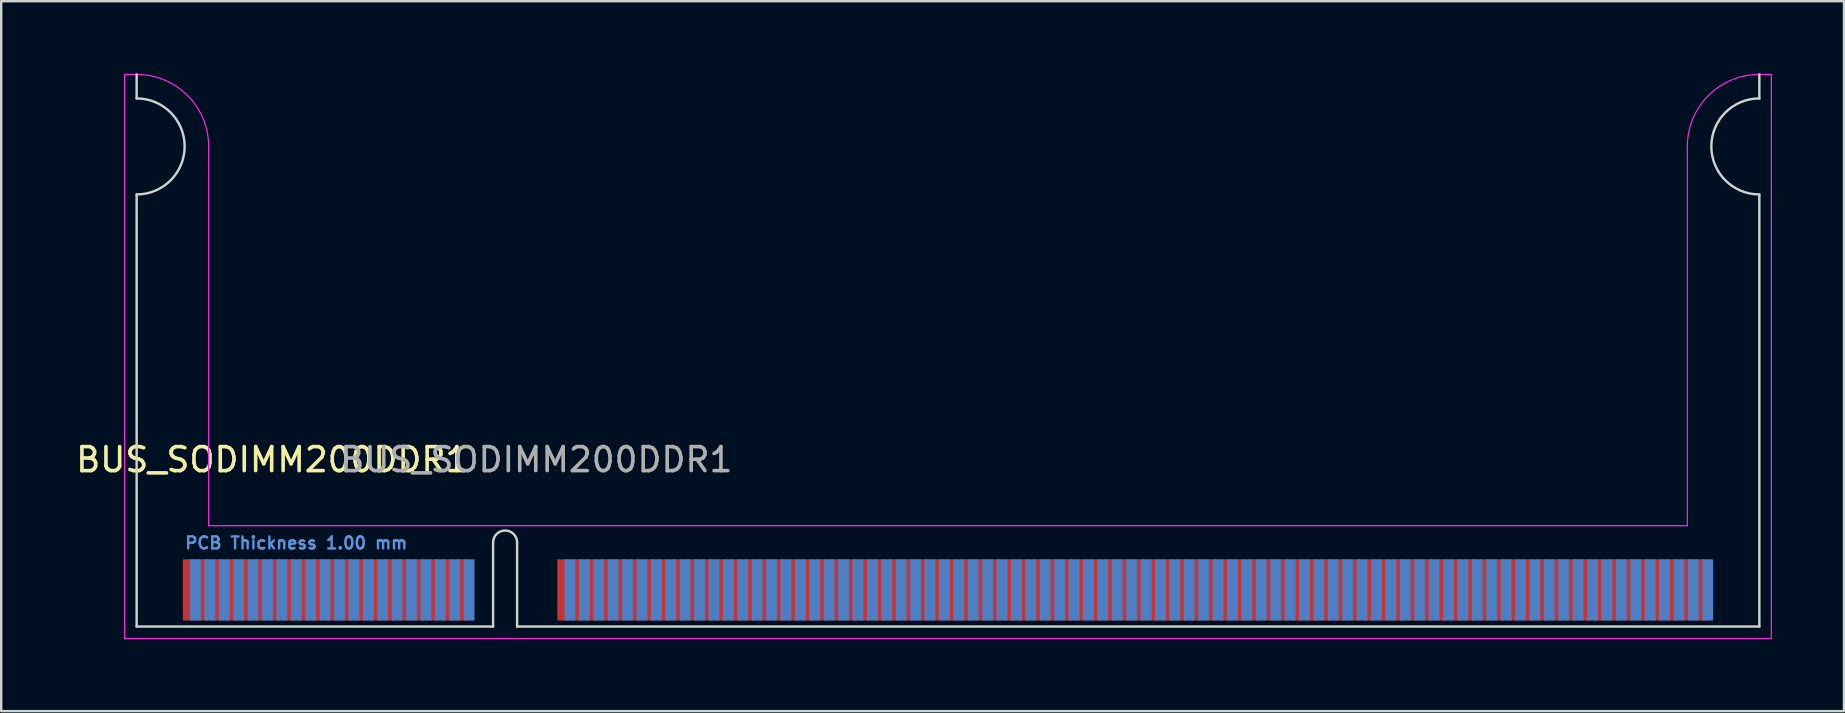
<source format=kicad_pcb>
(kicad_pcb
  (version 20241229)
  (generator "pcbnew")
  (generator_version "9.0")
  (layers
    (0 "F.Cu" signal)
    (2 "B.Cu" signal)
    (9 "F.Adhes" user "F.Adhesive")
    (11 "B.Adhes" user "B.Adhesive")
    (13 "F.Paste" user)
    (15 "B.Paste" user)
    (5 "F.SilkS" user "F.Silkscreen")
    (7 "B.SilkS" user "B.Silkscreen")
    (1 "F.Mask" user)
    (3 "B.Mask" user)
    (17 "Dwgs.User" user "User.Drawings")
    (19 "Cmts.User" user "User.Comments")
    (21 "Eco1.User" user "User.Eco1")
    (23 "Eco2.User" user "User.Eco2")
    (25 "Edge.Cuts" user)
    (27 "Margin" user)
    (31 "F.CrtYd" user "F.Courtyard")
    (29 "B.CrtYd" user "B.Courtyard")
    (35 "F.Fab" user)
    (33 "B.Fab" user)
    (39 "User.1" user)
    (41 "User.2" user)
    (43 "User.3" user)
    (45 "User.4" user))
  (footprint "BUS_SODIMM200DDR1"
    (layer "F.Cu")
    (at 2.642 23.05)
    (property "Reference" "BUS_SODIMM200DDR1" (at 5.65 -6.95 0) (layer "F.SilkS") (effects (font (size 1 1) (thickness 0.15))))
    (attr exclude_from_pos_files exclude_from_bom)
    (fp_line (start 0 -22) (end 0 -23) (stroke (width 0.1) (type solid)) (layer "Edge.Cuts"))
    (fp_line (start 0 -18) (end 0 0) (stroke (width 0.1) (type solid)) (layer "Edge.Cuts"))
    (fp_line (start 0 0) (end 14.85 0) (stroke (width 0.1) (type solid)) (layer "Edge.Cuts"))
    (fp_line (start 14.85 -3.5) (end 14.85 0) (stroke (width 0.1) (type solid)) (layer "Edge.Cuts"))
    (fp_line (start 15.85 -3.5) (end 15.85 0) (stroke (width 0.1) (type solid)) (layer "Edge.Cuts"))
    (fp_line (start 15.85 0) (end 67.6 0) (stroke (width 0.1) (type solid)) (layer "Edge.Cuts"))
    (fp_line (start 67.6 -22) (end 67.6 -23) (stroke (width 0.1) (type solid)) (layer "Edge.Cuts"))
    (fp_line (start 67.6 -18) (end 67.6 0) (stroke (width 0.1) (type solid)) (layer "Edge.Cuts"))
    (fp_arc (start 0 -22) (mid 2 -20) (end 0 -18) (stroke (width 0.1) (type solid)) (layer "Edge.Cuts"))
    (fp_arc (start 14.85 -3.5) (mid 15.35 -4) (end 15.85 -3.5) (stroke (width 0.1) (type solid)) (layer "Edge.Cuts"))
    (fp_arc (start 67.6 -18) (mid 65.6 -20) (end 67.6 -22) (stroke (width 0.1) (type solid)) (layer "Edge.Cuts"))
    (fp_line (start -0.5 -23) (end -0.5 0.5) (stroke (width 0.05) (type solid)) (layer "F.CrtYd"))
    (fp_line (start -0.5 -23) (end 0 -23) (stroke (width 0.05) (type solid)) (layer "F.CrtYd"))
    (fp_line (start 3 -20) (end 3 -4.2) (stroke (width 0.05) (type solid)) (layer "F.CrtYd"))
    (fp_line (start 3 -4.2) (end 64.6 -4.2) (stroke (width 0.05) (type solid)) (layer "F.CrtYd"))
    (fp_line (start 64.6 -20) (end 64.6 -4.2) (stroke (width 0.05) (type solid)) (layer "F.CrtYd"))
    (fp_line (start 68.1 -23) (end 67.6 -23) (stroke (width 0.05) (type solid)) (layer "F.CrtYd"))
    (fp_line (start 68.1 0.5) (end -0.5 0.5) (stroke (width 0.05) (type solid)) (layer "F.CrtYd"))
    (fp_line (start 68.1 0.5) (end 68.1 -23) (stroke (width 0.05) (type solid)) (layer "F.CrtYd"))
    (fp_arc (start 0 -23) (mid 2.12132 -22.12132) (end 3 -20) (stroke (width 0.05) (type solid)) (layer "F.CrtYd"))
    (fp_arc (start 64.6 -20) (mid 65.47868 -22.12132) (end 67.6 -23) (stroke (width 0.05) (type solid)) (layer "F.CrtYd"))
    (fp_text user "PCB Thickness 1.00 mm" (at 6.65 -3.48 180) (layer "Cmts.User") (effects (font (size 0.5 0.5) (thickness 0.1))))
    (fp_text user "${REFERENCE}" (at 16.65 -6.95 0) (layer "F.Fab") (effects (font (size 1 1) (thickness 0.15))))
    (pad "1" connect rect (at 2.15 -1.525) (size 0.45 2.55) (layers "F.Cu" "F.Mask"))
    (pad "2" connect rect (at 2.45 -1.525) (size 0.45 2.55) (layers "B.Cu" "B.Mask"))
    (pad "3" connect rect (at 2.75 -1.525) (size 0.45 2.55) (layers "F.Cu" "F.Mask"))
    (pad "4" connect rect (at 3.05 -1.525) (size 0.45 2.55) (layers "B.Cu" "B.Mask"))
    (pad "5" connect rect (at 3.35 -1.525) (size 0.45 2.55) (layers "F.Cu" "F.Mask"))
    (pad "6" connect rect (at 3.65 -1.525) (size 0.45 2.55) (layers "B.Cu" "B.Mask"))
    (pad "7" connect rect (at 3.95 -1.525) (size 0.45 2.55) (layers "F.Cu" "F.Mask"))
    (pad "8" connect rect (at 4.25 -1.525) (size 0.45 2.55) (layers "B.Cu" "B.Mask"))
    (pad "9" connect rect (at 4.55 -1.525) (size 0.45 2.55) (layers "F.Cu" "F.Mask"))
    (pad "10" connect rect (at 4.85 -1.525) (size 0.45 2.55) (layers "B.Cu" "B.Mask"))
    (pad "11" connect rect (at 5.15 -1.525) (size 0.45 2.55) (layers "F.Cu" "F.Mask"))
    (pad "12" connect rect (at 5.45 -1.525) (size 0.45 2.55) (layers "B.Cu" "B.Mask"))
    (pad "13" connect rect (at 5.75 -1.525) (size 0.45 2.55) (layers "F.Cu" "F.Mask"))
    (pad "14" connect rect (at 6.05 -1.525) (size 0.45 2.55) (layers "B.Cu" "B.Mask"))
    (pad "15" connect rect (at 6.35 -1.525) (size 0.45 2.55) (layers "F.Cu" "F.Mask"))
    (pad "16" connect rect (at 6.65 -1.525) (size 0.45 2.55) (layers "B.Cu" "B.Mask"))
    (pad "17" connect rect (at 6.95 -1.525) (size 0.45 2.55) (layers "F.Cu" "F.Mask"))
    (pad "18" connect rect (at 7.25 -1.525) (size 0.45 2.55) (layers "B.Cu" "B.Mask"))
    (pad "19" connect rect (at 7.55 -1.525) (size 0.45 2.55) (layers "F.Cu" "F.Mask"))
    (pad "20" connect rect (at 7.85 -1.525) (size 0.45 2.55) (layers "B.Cu" "B.Mask"))
    (pad "21" connect rect (at 8.15 -1.525) (size 0.45 2.55) (layers "F.Cu" "F.Mask"))
    (pad "22" connect rect (at 8.45 -1.525) (size 0.45 2.55) (layers "B.Cu" "B.Mask"))
    (pad "23" connect rect (at 8.75 -1.525) (size 0.45 2.55) (layers "F.Cu" "F.Mask"))
    (pad "24" connect rect (at 9.05 -1.525) (size 0.45 2.55) (layers "B.Cu" "B.Mask"))
    (pad "25" connect rect (at 9.35 -1.525) (size 0.45 2.55) (layers "F.Cu" "F.Mask"))
    (pad "26" connect rect (at 9.65 -1.525) (size 0.45 2.55) (layers "B.Cu" "B.Mask"))
    (pad "27" connect rect (at 9.95 -1.525) (size 0.45 2.55) (layers "F.Cu" "F.Mask"))
    (pad "28" connect rect (at 10.25 -1.525) (size 0.45 2.55) (layers "B.Cu" "B.Mask"))
    (pad "29" connect rect (at 10.55 -1.525) (size 0.45 2.55) (layers "F.Cu" "F.Mask"))
    (pad "30" connect rect (at 10.85 -1.525) (size 0.45 2.55) (layers "B.Cu" "B.Mask"))
    (pad "31" connect rect (at 11.15 -1.525) (size 0.45 2.55) (layers "F.Cu" "F.Mask"))
    (pad "32" connect rect (at 11.45 -1.525) (size 0.45 2.55) (layers "B.Cu" "B.Mask"))
    (pad "33" connect rect (at 11.75 -1.525) (size 0.45 2.55) (layers "F.Cu" "F.Mask"))
    (pad "34" connect rect (at 12.05 -1.525) (size 0.45 2.55) (layers "B.Cu" "B.Mask"))
    (pad "35" connect rect (at 12.35 -1.525) (size 0.45 2.55) (layers "F.Cu" "F.Mask"))
    (pad "36" connect rect (at 12.65 -1.525) (size 0.45 2.55) (layers "B.Cu" "B.Mask"))
    (pad "37" connect rect (at 12.95 -1.525) (size 0.45 2.55) (layers "F.Cu" "F.Mask"))
    (pad "38" connect rect (at 13.25 -1.525) (size 0.45 2.55) (layers "B.Cu" "B.Mask"))
    (pad "39" connect rect (at 13.55 -1.525) (size 0.45 2.55) (layers "F.Cu" "F.Mask"))
    (pad "40" connect rect (at 13.85 -1.525) (size 0.45 2.55) (layers "B.Cu" "B.Mask"))
    (pad "41" connect rect (at 17.75 -1.525) (size 0.45 2.55) (layers "F.Cu" "F.Mask"))
    (pad "42" connect rect (at 18.05 -1.525) (size 0.45 2.55) (layers "B.Cu" "B.Mask"))
    (pad "43" connect rect (at 18.35 -1.525) (size 0.45 2.55) (layers "F.Cu" "F.Mask"))
    (pad "44" connect rect (at 18.65 -1.525) (size 0.45 2.55) (layers "B.Cu" "B.Mask"))
    (pad "45" connect rect (at 18.95 -1.525) (size 0.45 2.55) (layers "F.Cu" "F.Mask"))
    (pad "46" connect rect (at 19.25 -1.525) (size 0.45 2.55) (layers "B.Cu" "B.Mask"))
    (pad "47" connect rect (at 19.55 -1.525) (size 0.45 2.55) (layers "F.Cu" "F.Mask"))
    (pad "48" connect rect (at 19.85 -1.525) (size 0.45 2.55) (layers "B.Cu" "B.Mask"))
    (pad "49" connect rect (at 20.15 -1.525) (size 0.45 2.55) (layers "F.Cu" "F.Mask"))
    (pad "50" connect rect (at 20.45 -1.525) (size 0.45 2.55) (layers "B.Cu" "B.Mask"))
    (pad "51" connect rect (at 20.75 -1.525) (size 0.45 2.55) (layers "F.Cu" "F.Mask"))
    (pad "52" connect rect (at 21.05 -1.525) (size 0.45 2.55) (layers "B.Cu" "B.Mask"))
    (pad "53" connect rect (at 21.35 -1.525) (size 0.45 2.55) (layers "F.Cu" "F.Mask"))
    (pad "54" connect rect (at 21.65 -1.525) (size 0.45 2.55) (layers "B.Cu" "B.Mask"))
    (pad "55" connect rect (at 21.95 -1.525) (size 0.45 2.55) (layers "F.Cu" "F.Mask"))
    (pad "56" connect rect (at 22.25 -1.525) (size 0.45 2.55) (layers "B.Cu" "B.Mask"))
    (pad "57" connect rect (at 22.55 -1.525) (size 0.45 2.55) (layers "F.Cu" "F.Mask"))
    (pad "58" connect rect (at 22.85 -1.525) (size 0.45 2.55) (layers "B.Cu" "B.Mask"))
    (pad "59" connect rect (at 23.15 -1.525) (size 0.45 2.55) (layers "F.Cu" "F.Mask"))
    (pad "60" connect rect (at 23.45 -1.525) (size 0.45 2.55) (layers "B.Cu" "B.Mask"))
    (pad "61" connect rect (at 23.75 -1.525) (size 0.45 2.55) (layers "F.Cu" "F.Mask"))
    (pad "62" connect rect (at 24.05 -1.525) (size 0.45 2.55) (layers "B.Cu" "B.Mask"))
    (pad "63" connect rect (at 24.35 -1.525) (size 0.45 2.55) (layers "F.Cu" "F.Mask"))
    (pad "64" connect rect (at 24.65 -1.525) (size 0.45 2.55) (layers "B.Cu" "B.Mask"))
    (pad "65" connect rect (at 24.95 -1.525) (size 0.45 2.55) (layers "F.Cu" "F.Mask"))
    (pad "66" connect rect (at 25.25 -1.525) (size 0.45 2.55) (layers "B.Cu" "B.Mask"))
    (pad "67" connect rect (at 25.55 -1.525) (size 0.45 2.55) (layers "F.Cu" "F.Mask"))
    (pad "68" connect rect (at 25.85 -1.525) (size 0.45 2.55) (layers "B.Cu" "B.Mask"))
    (pad "69" connect rect (at 26.15 -1.525) (size 0.45 2.55) (layers "F.Cu" "F.Mask"))
    (pad "70" connect rect (at 26.45 -1.525) (size 0.45 2.55) (layers "B.Cu" "B.Mask"))
    (pad "71" connect rect (at 26.75 -1.525) (size 0.45 2.55) (layers "F.Cu" "F.Mask"))
    (pad "72" connect rect (at 27.05 -1.525) (size 0.45 2.55) (layers "B.Cu" "B.Mask"))
    (pad "73" connect rect (at 27.35 -1.525) (size 0.45 2.55) (layers "F.Cu" "F.Mask"))
    (pad "74" connect rect (at 27.65 -1.525) (size 0.45 2.55) (layers "B.Cu" "B.Mask"))
    (pad "75" connect rect (at 27.95 -1.525) (size 0.45 2.55) (layers "F.Cu" "F.Mask"))
    (pad "76" connect rect (at 28.25 -1.525) (size 0.45 2.55) (layers "B.Cu" "B.Mask"))
    (pad "77" connect rect (at 28.55 -1.525) (size 0.45 2.55) (layers "F.Cu" "F.Mask"))
    (pad "78" connect rect (at 28.85 -1.525) (size 0.45 2.55) (layers "B.Cu" "B.Mask"))
    (pad "79" connect rect (at 29.15 -1.525) (size 0.45 2.55) (layers "F.Cu" "F.Mask"))
    (pad "80" connect rect (at 29.45 -1.525) (size 0.45 2.55) (layers "B.Cu" "B.Mask"))
    (pad "81" connect rect (at 29.75 -1.525) (size 0.45 2.55) (layers "F.Cu" "F.Mask"))
    (pad "82" connect rect (at 30.05 -1.525) (size 0.45 2.55) (layers "B.Cu" "B.Mask"))
    (pad "83" connect rect (at 30.35 -1.525) (size 0.45 2.55) (layers "F.Cu" "F.Mask"))
    (pad "84" connect rect (at 30.65 -1.525) (size 0.45 2.55) (layers "B.Cu" "B.Mask"))
    (pad "85" connect rect (at 30.95 -1.525) (size 0.45 2.55) (layers "F.Cu" "F.Mask"))
    (pad "86" connect rect (at 31.25 -1.525) (size 0.45 2.55) (layers "B.Cu" "B.Mask"))
    (pad "87" connect rect (at 31.55 -1.525) (size 0.45 2.55) (layers "F.Cu" "F.Mask"))
    (pad "88" connect rect (at 31.85 -1.525) (size 0.45 2.55) (layers "B.Cu" "B.Mask"))
    (pad "89" connect rect (at 32.15 -1.525) (size 0.45 2.55) (layers "F.Cu" "F.Mask"))
    (pad "90" connect rect (at 32.45 -1.525) (size 0.45 2.55) (layers "B.Cu" "B.Mask"))
    (pad "91" connect rect (at 32.75 -1.525) (size 0.45 2.55) (layers "F.Cu" "F.Mask"))
    (pad "92" connect rect (at 33.05 -1.525) (size 0.45 2.55) (layers "B.Cu" "B.Mask"))
    (pad "93" connect rect (at 33.35 -1.525) (size 0.45 2.55) (layers "F.Cu" "F.Mask"))
    (pad "94" connect rect (at 33.65 -1.525) (size 0.45 2.55) (layers "B.Cu" "B.Mask"))
    (pad "95" connect rect (at 33.95 -1.525) (size 0.45 2.55) (layers "F.Cu" "F.Mask"))
    (pad "96" connect rect (at 34.25 -1.525) (size 0.45 2.55) (layers "B.Cu" "B.Mask"))
    (pad "97" connect rect (at 34.55 -1.525) (size 0.45 2.55) (layers "F.Cu" "F.Mask"))
    (pad "98" connect rect (at 34.85 -1.525) (size 0.45 2.55) (layers "B.Cu" "B.Mask"))
    (pad "99" connect rect (at 35.15 -1.525) (size 0.45 2.55) (layers "F.Cu" "F.Mask"))
    (pad "100" connect rect (at 35.45 -1.525) (size 0.45 2.55) (layers "B.Cu" "B.Mask"))
    (pad "101" connect rect (at 35.75 -1.525) (size 0.45 2.55) (layers "F.Cu" "F.Mask"))
    (pad "102" connect rect (at 36.05 -1.525) (size 0.45 2.55) (layers "B.Cu" "B.Mask"))
    (pad "103" connect rect (at 36.35 -1.525) (size 0.45 2.55) (layers "F.Cu" "F.Mask"))
    (pad "104" connect rect (at 36.65 -1.525) (size 0.45 2.55) (layers "B.Cu" "B.Mask"))
    (pad "105" connect rect (at 36.95 -1.525) (size 0.45 2.55) (layers "F.Cu" "F.Mask"))
    (pad "106" connect rect (at 37.25 -1.525) (size 0.45 2.55) (layers "B.Cu" "B.Mask"))
    (pad "107" connect rect (at 37.55 -1.525) (size 0.45 2.55) (layers "F.Cu" "F.Mask"))
    (pad "108" connect rect (at 37.85 -1.525) (size 0.45 2.55) (layers "B.Cu" "B.Mask"))
    (pad "109" connect rect (at 38.15 -1.525) (size 0.45 2.55) (layers "F.Cu" "F.Mask"))
    (pad "110" connect rect (at 38.45 -1.525) (size 0.45 2.55) (layers "B.Cu" "B.Mask"))
    (pad "111" connect rect (at 38.75 -1.525) (size 0.45 2.55) (layers "F.Cu" "F.Mask"))
    (pad "112" connect rect (at 39.05 -1.525) (size 0.45 2.55) (layers "B.Cu" "B.Mask"))
    (pad "113" connect rect (at 39.35 -1.525) (size 0.45 2.55) (layers "F.Cu" "F.Mask"))
    (pad "114" connect rect (at 39.65 -1.525) (size 0.45 2.55) (layers "B.Cu" "B.Mask"))
    (pad "115" connect rect (at 39.95 -1.525) (size 0.45 2.55) (layers "F.Cu" "F.Mask"))
    (pad "116" connect rect (at 40.25 -1.525) (size 0.45 2.55) (layers "B.Cu" "B.Mask"))
    (pad "117" connect rect (at 40.55 -1.525) (size 0.45 2.55) (layers "F.Cu" "F.Mask"))
    (pad "118" connect rect (at 40.85 -1.525) (size 0.45 2.55) (layers "B.Cu" "B.Mask"))
    (pad "119" connect rect (at 41.15 -1.525) (size 0.45 2.55) (layers "F.Cu" "F.Mask"))
    (pad "120" connect rect (at 41.45 -1.525) (size 0.45 2.55) (layers "B.Cu" "B.Mask"))
    (pad "121" connect rect (at 41.75 -1.525) (size 0.45 2.55) (layers "F.Cu" "F.Mask"))
    (pad "122" connect rect (at 42.05 -1.525) (size 0.45 2.55) (layers "B.Cu" "B.Mask"))
    (pad "123" connect rect (at 42.35 -1.525) (size 0.45 2.55) (layers "F.Cu" "F.Mask"))
    (pad "124" connect rect (at 42.65 -1.525) (size 0.45 2.55) (layers "B.Cu" "B.Mask"))
    (pad "125" connect rect (at 42.95 -1.525) (size 0.45 2.55) (layers "F.Cu" "F.Mask"))
    (pad "126" connect rect (at 43.25 -1.525) (size 0.45 2.55) (layers "B.Cu" "B.Mask"))
    (pad "127" connect rect (at 43.55 -1.525) (size 0.45 2.55) (layers "F.Cu" "F.Mask"))
    (pad "128" connect rect (at 43.85 -1.525) (size 0.45 2.55) (layers "B.Cu" "B.Mask"))
    (pad "129" connect rect (at 44.15 -1.525) (size 0.45 2.55) (layers "F.Cu" "F.Mask"))
    (pad "130" connect rect (at 44.45 -1.525) (size 0.45 2.55) (layers "B.Cu" "B.Mask"))
    (pad "131" connect rect (at 44.75 -1.525) (size 0.45 2.55) (layers "F.Cu" "F.Mask"))
    (pad "132" connect rect (at 45.05 -1.525) (size 0.45 2.55) (layers "B.Cu" "B.Mask"))
    (pad "133" connect rect (at 45.35 -1.525) (size 0.45 2.55) (layers "F.Cu" "F.Mask"))
    (pad "134" connect rect (at 45.65 -1.525) (size 0.45 2.55) (layers "B.Cu" "B.Mask"))
    (pad "135" connect rect (at 45.95 -1.525) (size 0.45 2.55) (layers "F.Cu" "F.Mask"))
    (pad "136" connect rect (at 46.25 -1.525) (size 0.45 2.55) (layers "B.Cu" "B.Mask"))
    (pad "137" connect rect (at 46.55 -1.525) (size 0.45 2.55) (layers "F.Cu" "F.Mask"))
    (pad "138" connect rect (at 46.85 -1.525) (size 0.45 2.55) (layers "B.Cu" "B.Mask"))
    (pad "139" connect rect (at 47.15 -1.525) (size 0.45 2.55) (layers "F.Cu" "F.Mask"))
    (pad "140" connect rect (at 47.45 -1.525) (size 0.45 2.55) (layers "B.Cu" "B.Mask"))
    (pad "141" connect rect (at 47.75 -1.525) (size 0.45 2.55) (layers "F.Cu" "F.Mask"))
    (pad "142" connect rect (at 48.05 -1.525) (size 0.45 2.55) (layers "B.Cu" "B.Mask"))
    (pad "143" connect rect (at 48.35 -1.525) (size 0.45 2.55) (layers "F.Cu" "F.Mask"))
    (pad "144" connect rect (at 48.65 -1.525) (size 0.45 2.55) (layers "B.Cu" "B.Mask"))
    (pad "145" connect rect (at 48.95 -1.525) (size 0.45 2.55) (layers "F.Cu" "F.Mask"))
    (pad "146" connect rect (at 49.25 -1.525) (size 0.45 2.55) (layers "B.Cu" "B.Mask"))
    (pad "147" connect rect (at 49.55 -1.525) (size 0.45 2.55) (layers "F.Cu" "F.Mask"))
    (pad "148" connect rect (at 49.85 -1.525) (size 0.45 2.55) (layers "B.Cu" "B.Mask"))
    (pad "149" connect rect (at 50.15 -1.525) (size 0.45 2.55) (layers "F.Cu" "F.Mask"))
    (pad "150" connect rect (at 50.45 -1.525) (size 0.45 2.55) (layers "B.Cu" "B.Mask"))
    (pad "151" connect rect (at 50.75 -1.525) (size 0.45 2.55) (layers "F.Cu" "F.Mask"))
    (pad "152" connect rect (at 51.05 -1.525) (size 0.45 2.55) (layers "B.Cu" "B.Mask"))
    (pad "153" connect rect (at 51.35 -1.525) (size 0.45 2.55) (layers "F.Cu" "F.Mask"))
    (pad "154" connect rect (at 51.65 -1.525) (size 0.45 2.55) (layers "B.Cu" "B.Mask"))
    (pad "155" connect rect (at 51.95 -1.525) (size 0.45 2.55) (layers "F.Cu" "F.Mask"))
    (pad "156" connect rect (at 52.25 -1.525) (size 0.45 2.55) (layers "B.Cu" "B.Mask"))
    (pad "157" connect rect (at 52.55 -1.525) (size 0.45 2.55) (layers "F.Cu" "F.Mask"))
    (pad "158" connect rect (at 52.85 -1.525) (size 0.45 2.55) (layers "B.Cu" "B.Mask"))
    (pad "159" connect rect (at 53.15 -1.525) (size 0.45 2.55) (layers "F.Cu" "F.Mask"))
    (pad "160" connect rect (at 53.45 -1.525) (size 0.45 2.55) (layers "B.Cu" "B.Mask"))
    (pad "161" connect rect (at 53.75 -1.525) (size 0.45 2.55) (layers "F.Cu" "F.Mask"))
    (pad "162" connect rect (at 54.05 -1.525) (size 0.45 2.55) (layers "B.Cu" "B.Mask"))
    (pad "163" connect rect (at 54.35 -1.525) (size 0.45 2.55) (layers "F.Cu" "F.Mask"))
    (pad "164" connect rect (at 54.65 -1.525) (size 0.45 2.55) (layers "B.Cu" "B.Mask"))
    (pad "165" connect rect (at 54.95 -1.525) (size 0.45 2.55) (layers "F.Cu" "F.Mask"))
    (pad "166" connect rect (at 55.25 -1.525) (size 0.45 2.55) (layers "B.Cu" "B.Mask"))
    (pad "167" connect rect (at 55.55 -1.525) (size 0.45 2.55) (layers "F.Cu" "F.Mask"))
    (pad "168" connect rect (at 55.85 -1.525) (size 0.45 2.55) (layers "B.Cu" "B.Mask"))
    (pad "169" connect rect (at 56.15 -1.525) (size 0.45 2.55) (layers "F.Cu" "F.Mask"))
    (pad "170" connect rect (at 56.45 -1.525) (size 0.45 2.55) (layers "B.Cu" "B.Mask"))
    (pad "171" connect rect (at 56.75 -1.525) (size 0.45 2.55) (layers "F.Cu" "F.Mask"))
    (pad "172" connect rect (at 57.05 -1.525) (size 0.45 2.55) (layers "B.Cu" "B.Mask"))
    (pad "173" connect rect (at 57.35 -1.525) (size 0.45 2.55) (layers "F.Cu" "F.Mask"))
    (pad "174" connect rect (at 57.65 -1.525) (size 0.45 2.55) (layers "B.Cu" "B.Mask"))
    (pad "175" connect rect (at 57.95 -1.525) (size 0.45 2.55) (layers "F.Cu" "F.Mask"))
    (pad "176" connect rect (at 58.25 -1.525) (size 0.45 2.55) (layers "B.Cu" "B.Mask"))
    (pad "177" connect rect (at 58.55 -1.525) (size 0.45 2.55) (layers "F.Cu" "F.Mask"))
    (pad "178" connect rect (at 58.85 -1.525) (size 0.45 2.55) (layers "B.Cu" "B.Mask"))
    (pad "179" connect rect (at 59.15 -1.525) (size 0.45 2.55) (layers "F.Cu" "F.Mask"))
    (pad "180" connect rect (at 59.45 -1.525) (size 0.45 2.55) (layers "B.Cu" "B.Mask"))
    (pad "181" connect rect (at 59.75 -1.525) (size 0.45 2.55) (layers "F.Cu" "F.Mask"))
    (pad "182" connect rect (at 60.05 -1.525) (size 0.45 2.55) (layers "B.Cu" "B.Mask"))
    (pad "183" connect rect (at 60.35 -1.525) (size 0.45 2.55) (layers "F.Cu" "F.Mask"))
    (pad "184" connect rect (at 60.65 -1.525) (size 0.45 2.55) (layers "B.Cu" "B.Mask"))
    (pad "185" connect rect (at 60.95 -1.525) (size 0.45 2.55) (layers "F.Cu" "F.Mask"))
    (pad "186" connect rect (at 61.25 -1.525) (size 0.45 2.55) (layers "B.Cu" "B.Mask"))
    (pad "187" connect rect (at 61.55 -1.525) (size 0.45 2.55) (layers "F.Cu" "F.Mask"))
    (pad "188" connect rect (at 61.85 -1.525) (size 0.45 2.55) (layers "B.Cu" "B.Mask"))
    (pad "189" connect rect (at 62.15 -1.525) (size 0.45 2.55) (layers "F.Cu" "F.Mask"))
    (pad "190" connect rect (at 62.45 -1.525) (size 0.45 2.55) (layers "B.Cu" "B.Mask"))
    (pad "191" connect rect (at 62.75 -1.525) (size 0.45 2.55) (layers "F.Cu" "F.Mask"))
    (pad "192" connect rect (at 63.05 -1.525) (size 0.45 2.55) (layers "B.Cu" "B.Mask"))
    (pad "193" connect rect (at 63.35 -1.525) (size 0.45 2.55) (layers "F.Cu" "F.Mask"))
    (pad "194" connect rect (at 63.65 -1.525) (size 0.45 2.55) (layers "B.Cu" "B.Mask"))
    (pad "195" connect rect (at 63.95 -1.525) (size 0.45 2.55) (layers "F.Cu" "F.Mask"))
    (pad "196" connect rect (at 64.25 -1.525) (size 0.45 2.55) (layers "B.Cu" "B.Mask"))
    (pad "197" connect rect (at 64.55 -1.525) (size 0.45 2.55) (layers "F.Cu" "F.Mask"))
    (pad "198" connect rect (at 64.85 -1.525) (size 0.45 2.55) (layers "B.Cu" "B.Mask"))
    (pad "199" connect rect (at 65.15 -1.525) (size 0.45 2.55) (layers "F.Cu" "F.Mask"))
    (pad "200" connect rect (at 65.45 -1.525) (size 0.45 2.55) (layers "B.Cu" "B.Mask")))
  (gr_rect
    (start -3 -3)
    (end 73.767 26.575)
    (stroke (width 0.1) (type default))
    (fill no)
    (layer "Edge.Cuts")))
</source>
